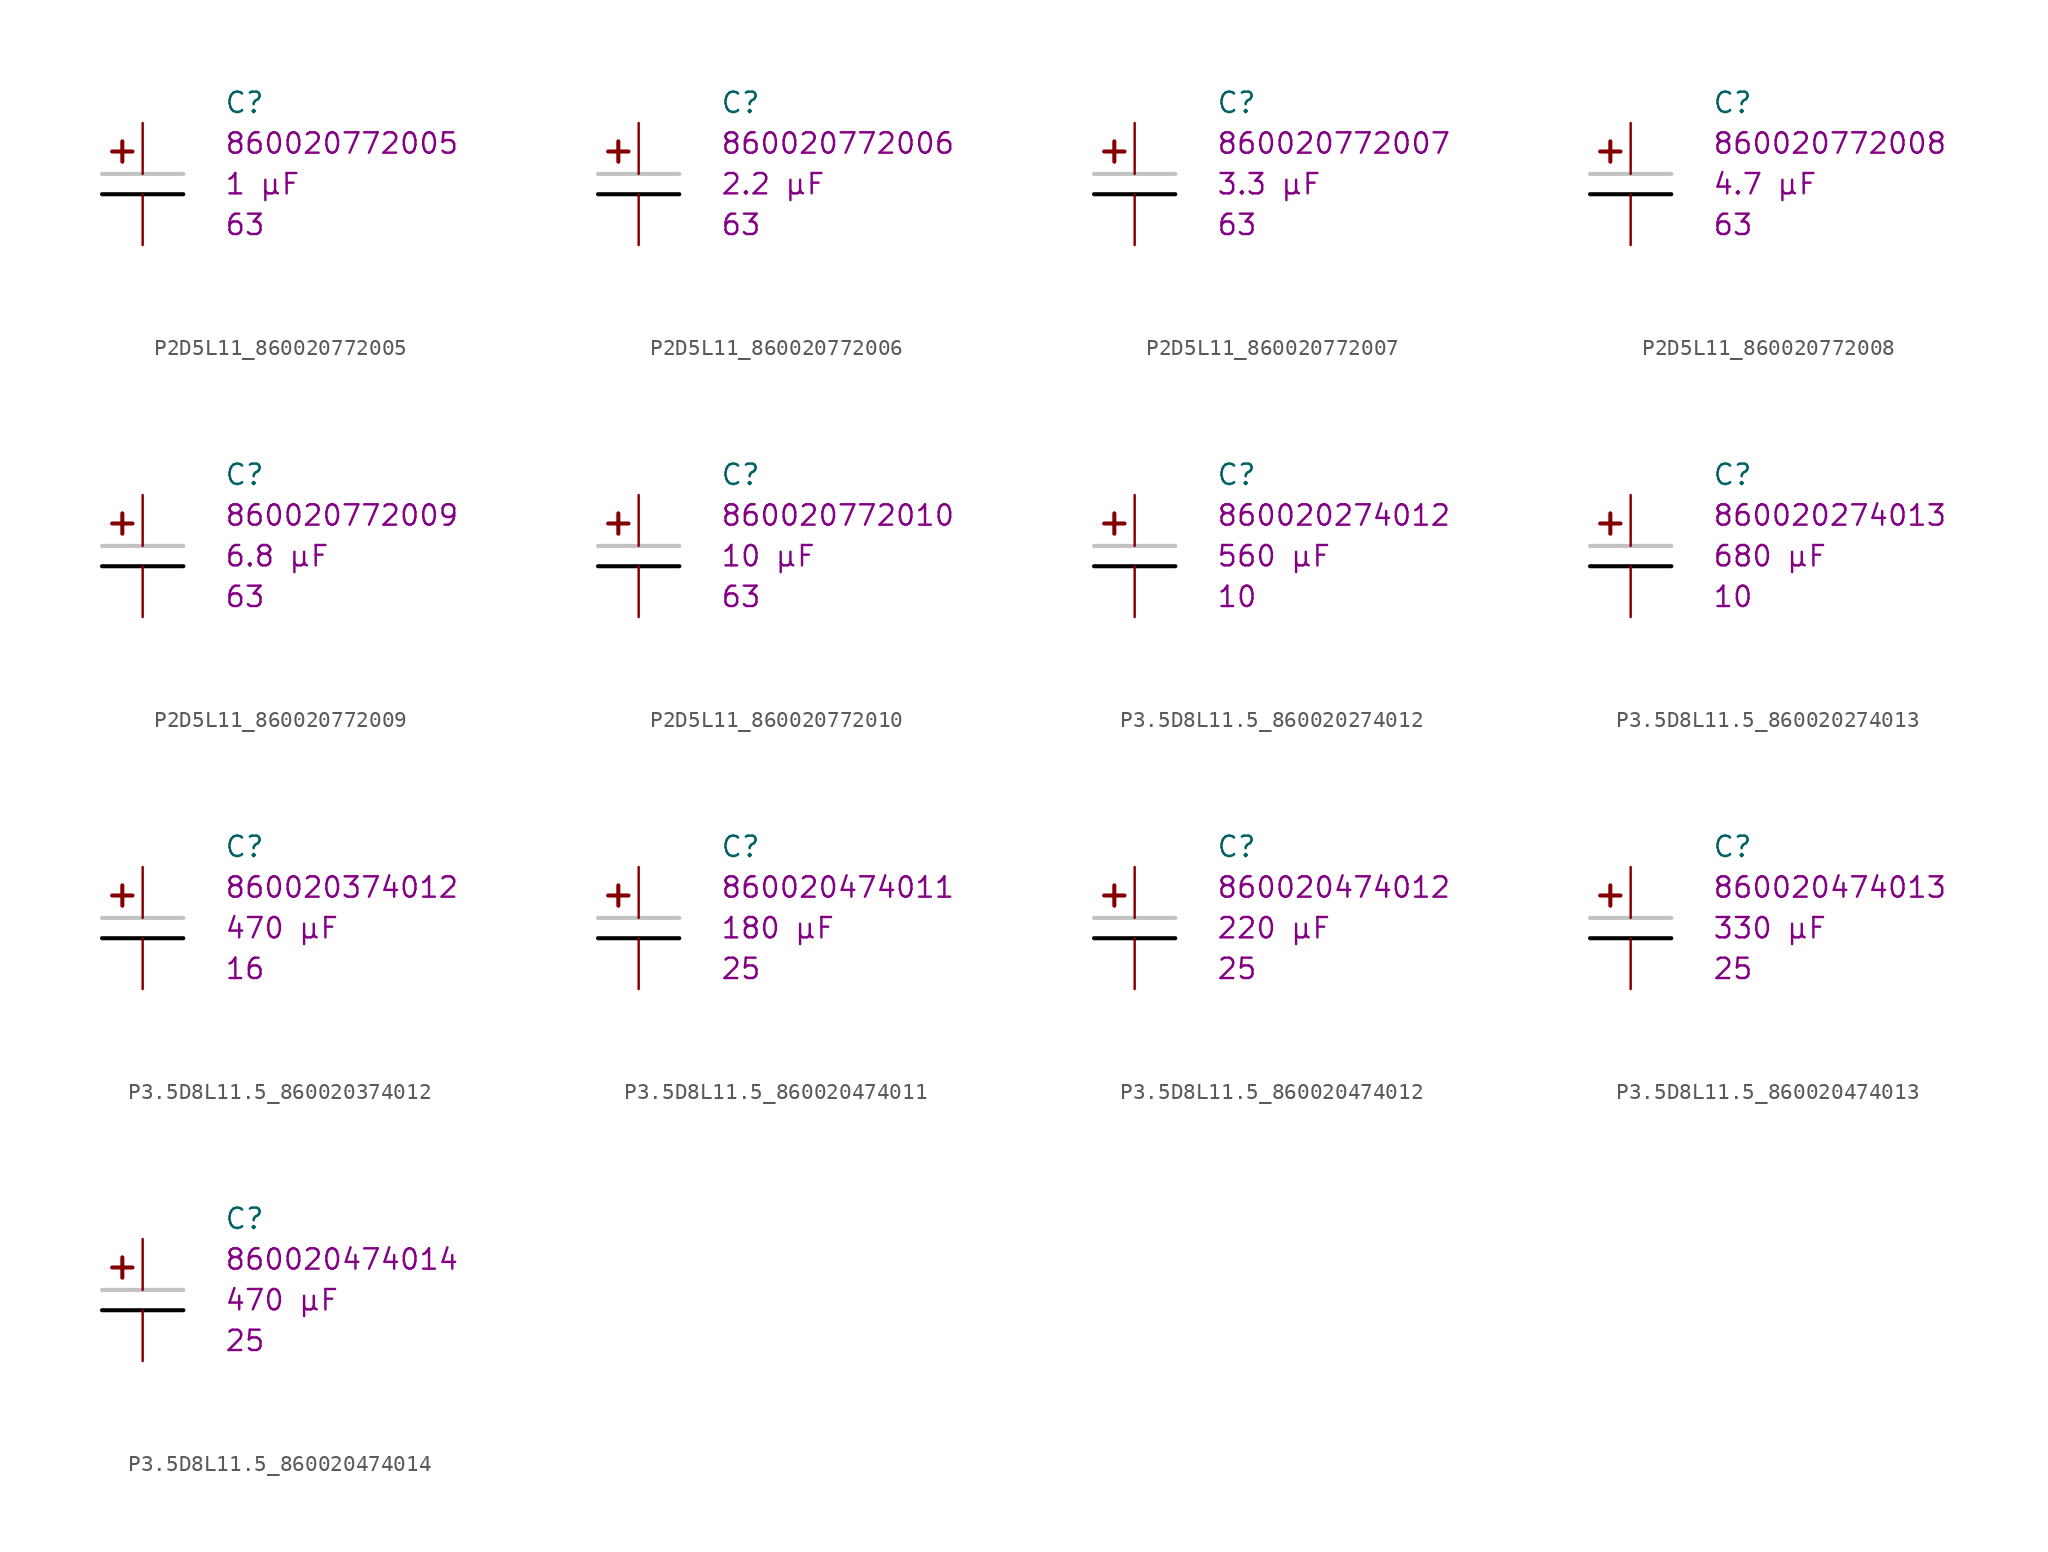
<source format=kicad_sym>
(kicad_symbol_lib
  (version 20220914)
  (generator kicad_symbol_editor)
  (symbol "P2D5L11_860020772005"
    (pin_numbers hide)
    (pin_names hide)
    (property "Reference" "C"
      (at 5.08 5.08 0)
      (effects (font (size 1.27 1.27)) (justify left)))
    (property "Part Number" "860020772005"
      (at 5.08 2.54 0)
      (effects (font (size 1.27 1.27)) (justify left)))
    (property "Capacitance" "1 µF"
      (at 5.08 0 0)
      (effects (font (size 1.27 1.27)) (justify left)))
    (property "Voltage" "63"
      (at 5.08 -2.54 0)
      (effects (font (size 1.27 1.27)) (justify left)))
    (property "Critical Parameter" ""
      (at 0 -7.62 0)
      (effects (font (size 1.27 1.27))))
    (symbol "P2D5L11_860020772005_1_1"
      (polyline (pts (xy -1.27 2.667) (xy -1.27 1.397)) (stroke (width 0.254) (type default)) (fill (type none)))
      (polyline (pts (xy -0.635 2.032) (xy -1.905 2.032)) (stroke (width 0.254) (type default)) (fill (type none)))
      (polyline (pts (xy 2.54 -0.635) (xy -2.54 -0.635)) (stroke (width 0.254) (type default) (color 0 0 0 1)) (fill (type none)))
      (polyline (pts (xy 2.54 0.635) (xy -2.54 0.635)) (stroke (width 0.254) (type default) (color 194 194 194 1)) (fill (type none)))
      (pin passive line (at 0 3.81 270) (length 3.175) (name "1" (effects (font (size 1.27 1.27)))) (number "1" (effects (font (size 1.27 1.27)))))
      (pin passive line (at 0 -3.81 90) (length 3.175) (name "2" (effects (font (size 1.27 1.27)))) (number "2" (effects (font (size 1.27 1.27)))))))
  (symbol "P2D5L11_860020772006"
    (pin_numbers hide)
    (pin_names hide)
    (property "Reference" "C"
      (at 5.08 5.08 0)
      (effects (font (size 1.27 1.27)) (justify left)))
    (property "Part Number" "860020772006"
      (at 5.08 2.54 0)
      (effects (font (size 1.27 1.27)) (justify left)))
    (property "Capacitance" "2.2 µF"
      (at 5.08 0 0)
      (effects (font (size 1.27 1.27)) (justify left)))
    (property "Voltage" "63"
      (at 5.08 -2.54 0)
      (effects (font (size 1.27 1.27)) (justify left)))
    (property "Critical Parameter" ""
      (at 0 -7.62 0)
      (effects (font (size 1.27 1.27))))
    (symbol "P2D5L11_860020772006_1_1"
      (polyline (pts (xy -1.27 2.667) (xy -1.27 1.397)) (stroke (width 0.254) (type default)) (fill (type none)))
      (polyline (pts (xy -0.635 2.032) (xy -1.905 2.032)) (stroke (width 0.254) (type default)) (fill (type none)))
      (polyline (pts (xy 2.54 -0.635) (xy -2.54 -0.635)) (stroke (width 0.254) (type default) (color 0 0 0 1)) (fill (type none)))
      (polyline (pts (xy 2.54 0.635) (xy -2.54 0.635)) (stroke (width 0.254) (type default) (color 194 194 194 1)) (fill (type none)))
      (pin passive line (at 0 3.81 270) (length 3.175) (name "1" (effects (font (size 1.27 1.27)))) (number "1" (effects (font (size 1.27 1.27)))))
      (pin passive line (at 0 -3.81 90) (length 3.175) (name "2" (effects (font (size 1.27 1.27)))) (number "2" (effects (font (size 1.27 1.27)))))))
  (symbol "P2D5L11_860020772007"
    (pin_numbers hide)
    (pin_names hide)
    (property "Reference" "C"
      (at 5.08 5.08 0)
      (effects (font (size 1.27 1.27)) (justify left)))
    (property "Part Number" "860020772007"
      (at 5.08 2.54 0)
      (effects (font (size 1.27 1.27)) (justify left)))
    (property "Capacitance" "3.3 µF"
      (at 5.08 0 0)
      (effects (font (size 1.27 1.27)) (justify left)))
    (property "Voltage" "63"
      (at 5.08 -2.54 0)
      (effects (font (size 1.27 1.27)) (justify left)))
    (property "Critical Parameter" ""
      (at 0 -7.62 0)
      (effects (font (size 1.27 1.27))))
    (symbol "P2D5L11_860020772007_1_1"
      (polyline (pts (xy -1.27 2.667) (xy -1.27 1.397)) (stroke (width 0.254) (type default)) (fill (type none)))
      (polyline (pts (xy -0.635 2.032) (xy -1.905 2.032)) (stroke (width 0.254) (type default)) (fill (type none)))
      (polyline (pts (xy 2.54 -0.635) (xy -2.54 -0.635)) (stroke (width 0.254) (type default) (color 0 0 0 1)) (fill (type none)))
      (polyline (pts (xy 2.54 0.635) (xy -2.54 0.635)) (stroke (width 0.254) (type default) (color 194 194 194 1)) (fill (type none)))
      (pin passive line (at 0 3.81 270) (length 3.175) (name "1" (effects (font (size 1.27 1.27)))) (number "1" (effects (font (size 1.27 1.27)))))
      (pin passive line (at 0 -3.81 90) (length 3.175) (name "2" (effects (font (size 1.27 1.27)))) (number "2" (effects (font (size 1.27 1.27)))))))
  (symbol "P2D5L11_860020772008"
    (pin_numbers hide)
    (pin_names hide)
    (property "Reference" "C"
      (at 5.08 5.08 0)
      (effects (font (size 1.27 1.27)) (justify left)))
    (property "Part Number" "860020772008"
      (at 5.08 2.54 0)
      (effects (font (size 1.27 1.27)) (justify left)))
    (property "Capacitance" "4.7 µF"
      (at 5.08 0 0)
      (effects (font (size 1.27 1.27)) (justify left)))
    (property "Voltage" "63"
      (at 5.08 -2.54 0)
      (effects (font (size 1.27 1.27)) (justify left)))
    (property "Critical Parameter" ""
      (at 0 -7.62 0)
      (effects (font (size 1.27 1.27))))
    (symbol "P2D5L11_860020772008_1_1"
      (polyline (pts (xy -1.27 2.667) (xy -1.27 1.397)) (stroke (width 0.254) (type default)) (fill (type none)))
      (polyline (pts (xy -0.635 2.032) (xy -1.905 2.032)) (stroke (width 0.254) (type default)) (fill (type none)))
      (polyline (pts (xy 2.54 -0.635) (xy -2.54 -0.635)) (stroke (width 0.254) (type default) (color 0 0 0 1)) (fill (type none)))
      (polyline (pts (xy 2.54 0.635) (xy -2.54 0.635)) (stroke (width 0.254) (type default) (color 194 194 194 1)) (fill (type none)))
      (pin passive line (at 0 3.81 270) (length 3.175) (name "1" (effects (font (size 1.27 1.27)))) (number "1" (effects (font (size 1.27 1.27)))))
      (pin passive line (at 0 -3.81 90) (length 3.175) (name "2" (effects (font (size 1.27 1.27)))) (number "2" (effects (font (size 1.27 1.27)))))))
  (symbol "P2D5L11_860020772009"
    (pin_numbers hide)
    (pin_names hide)
    (property "Reference" "C"
      (at 5.08 5.08 0)
      (effects (font (size 1.27 1.27)) (justify left)))
    (property "Part Number" "860020772009"
      (at 5.08 2.54 0)
      (effects (font (size 1.27 1.27)) (justify left)))
    (property "Capacitance" "6.8 µF"
      (at 5.08 0 0)
      (effects (font (size 1.27 1.27)) (justify left)))
    (property "Voltage" "63"
      (at 5.08 -2.54 0)
      (effects (font (size 1.27 1.27)) (justify left)))
    (property "Critical Parameter" ""
      (at 0 -7.62 0)
      (effects (font (size 1.27 1.27))))
    (symbol "P2D5L11_860020772009_1_1"
      (polyline (pts (xy -1.27 2.667) (xy -1.27 1.397)) (stroke (width 0.254) (type default)) (fill (type none)))
      (polyline (pts (xy -0.635 2.032) (xy -1.905 2.032)) (stroke (width 0.254) (type default)) (fill (type none)))
      (polyline (pts (xy 2.54 -0.635) (xy -2.54 -0.635)) (stroke (width 0.254) (type default) (color 0 0 0 1)) (fill (type none)))
      (polyline (pts (xy 2.54 0.635) (xy -2.54 0.635)) (stroke (width 0.254) (type default) (color 194 194 194 1)) (fill (type none)))
      (pin passive line (at 0 3.81 270) (length 3.175) (name "1" (effects (font (size 1.27 1.27)))) (number "1" (effects (font (size 1.27 1.27)))))
      (pin passive line (at 0 -3.81 90) (length 3.175) (name "2" (effects (font (size 1.27 1.27)))) (number "2" (effects (font (size 1.27 1.27)))))))
  (symbol "P2D5L11_860020772010"
    (pin_numbers hide)
    (pin_names hide)
    (property "Reference" "C"
      (at 5.08 5.08 0)
      (effects (font (size 1.27 1.27)) (justify left)))
    (property "Part Number" "860020772010"
      (at 5.08 2.54 0)
      (effects (font (size 1.27 1.27)) (justify left)))
    (property "Capacitance" "10 µF"
      (at 5.08 0 0)
      (effects (font (size 1.27 1.27)) (justify left)))
    (property "Voltage" "63"
      (at 5.08 -2.54 0)
      (effects (font (size 1.27 1.27)) (justify left)))
    (property "Critical Parameter" ""
      (at 0 -7.62 0)
      (effects (font (size 1.27 1.27))))
    (symbol "P2D5L11_860020772010_1_1"
      (polyline (pts (xy -1.27 2.667) (xy -1.27 1.397)) (stroke (width 0.254) (type default)) (fill (type none)))
      (polyline (pts (xy -0.635 2.032) (xy -1.905 2.032)) (stroke (width 0.254) (type default)) (fill (type none)))
      (polyline (pts (xy 2.54 -0.635) (xy -2.54 -0.635)) (stroke (width 0.254) (type default) (color 0 0 0 1)) (fill (type none)))
      (polyline (pts (xy 2.54 0.635) (xy -2.54 0.635)) (stroke (width 0.254) (type default) (color 194 194 194 1)) (fill (type none)))
      (pin passive line (at 0 3.81 270) (length 3.175) (name "1" (effects (font (size 1.27 1.27)))) (number "1" (effects (font (size 1.27 1.27)))))
      (pin passive line (at 0 -3.81 90) (length 3.175) (name "2" (effects (font (size 1.27 1.27)))) (number "2" (effects (font (size 1.27 1.27)))))))
  (symbol "P3.5D8L11.5_860020274012"
    (pin_numbers hide)
    (pin_names hide)
    (property "Reference" "C"
      (at 5.08 5.08 0)
      (effects (font (size 1.27 1.27)) (justify left)))
    (property "Part Number" "860020274012"
      (at 5.08 2.54 0)
      (effects (font (size 1.27 1.27)) (justify left)))
    (property "Capacitance" "560 µF"
      (at 5.08 0 0)
      (effects (font (size 1.27 1.27)) (justify left)))
    (property "Voltage" "10"
      (at 5.08 -2.54 0)
      (effects (font (size 1.27 1.27)) (justify left)))
    (property "Critical Parameter" ""
      (at 0 -7.62 0)
      (effects (font (size 1.27 1.27))))
    (symbol "P3.5D8L11.5_860020274012_1_1"
      (polyline (pts (xy -1.27 2.667) (xy -1.27 1.397)) (stroke (width 0.254) (type default)) (fill (type none)))
      (polyline (pts (xy -0.635 2.032) (xy -1.905 2.032)) (stroke (width 0.254) (type default)) (fill (type none)))
      (polyline (pts (xy 2.54 -0.635) (xy -2.54 -0.635)) (stroke (width 0.254) (type default) (color 0 0 0 1)) (fill (type none)))
      (polyline (pts (xy 2.54 0.635) (xy -2.54 0.635)) (stroke (width 0.254) (type default) (color 194 194 194 1)) (fill (type none)))
      (pin passive line (at 0 3.81 270) (length 3.175) (name "1" (effects (font (size 1.27 1.27)))) (number "1" (effects (font (size 1.27 1.27)))))
      (pin passive line (at 0 -3.81 90) (length 3.175) (name "2" (effects (font (size 1.27 1.27)))) (number "2" (effects (font (size 1.27 1.27)))))))
  (symbol "P3.5D8L11.5_860020274013"
    (pin_numbers hide)
    (pin_names hide)
    (property "Reference" "C"
      (at 5.08 5.08 0)
      (effects (font (size 1.27 1.27)) (justify left)))
    (property "Part Number" "860020274013"
      (at 5.08 2.54 0)
      (effects (font (size 1.27 1.27)) (justify left)))
    (property "Capacitance" "680 µF"
      (at 5.08 0 0)
      (effects (font (size 1.27 1.27)) (justify left)))
    (property "Voltage" "10"
      (at 5.08 -2.54 0)
      (effects (font (size 1.27 1.27)) (justify left)))
    (property "Critical Parameter" ""
      (at 0 -7.62 0)
      (effects (font (size 1.27 1.27))))
    (symbol "P3.5D8L11.5_860020274013_1_1"
      (polyline (pts (xy -1.27 2.667) (xy -1.27 1.397)) (stroke (width 0.254) (type default)) (fill (type none)))
      (polyline (pts (xy -0.635 2.032) (xy -1.905 2.032)) (stroke (width 0.254) (type default)) (fill (type none)))
      (polyline (pts (xy 2.54 -0.635) (xy -2.54 -0.635)) (stroke (width 0.254) (type default) (color 0 0 0 1)) (fill (type none)))
      (polyline (pts (xy 2.54 0.635) (xy -2.54 0.635)) (stroke (width 0.254) (type default) (color 194 194 194 1)) (fill (type none)))
      (pin passive line (at 0 3.81 270) (length 3.175) (name "1" (effects (font (size 1.27 1.27)))) (number "1" (effects (font (size 1.27 1.27)))))
      (pin passive line (at 0 -3.81 90) (length 3.175) (name "2" (effects (font (size 1.27 1.27)))) (number "2" (effects (font (size 1.27 1.27)))))))
  (symbol "P3.5D8L11.5_860020374012"
    (pin_numbers hide)
    (pin_names hide)
    (property "Reference" "C"
      (at 5.08 5.08 0)
      (effects (font (size 1.27 1.27)) (justify left)))
    (property "Part Number" "860020374012"
      (at 5.08 2.54 0)
      (effects (font (size 1.27 1.27)) (justify left)))
    (property "Capacitance" "470 µF"
      (at 5.08 0 0)
      (effects (font (size 1.27 1.27)) (justify left)))
    (property "Voltage" "16"
      (at 5.08 -2.54 0)
      (effects (font (size 1.27 1.27)) (justify left)))
    (property "Critical Parameter" ""
      (at 0 -7.62 0)
      (effects (font (size 1.27 1.27))))
    (symbol "P3.5D8L11.5_860020374012_1_1"
      (polyline (pts (xy -1.27 2.667) (xy -1.27 1.397)) (stroke (width 0.254) (type default)) (fill (type none)))
      (polyline (pts (xy -0.635 2.032) (xy -1.905 2.032)) (stroke (width 0.254) (type default)) (fill (type none)))
      (polyline (pts (xy 2.54 -0.635) (xy -2.54 -0.635)) (stroke (width 0.254) (type default) (color 0 0 0 1)) (fill (type none)))
      (polyline (pts (xy 2.54 0.635) (xy -2.54 0.635)) (stroke (width 0.254) (type default) (color 194 194 194 1)) (fill (type none)))
      (pin passive line (at 0 3.81 270) (length 3.175) (name "1" (effects (font (size 1.27 1.27)))) (number "1" (effects (font (size 1.27 1.27)))))
      (pin passive line (at 0 -3.81 90) (length 3.175) (name "2" (effects (font (size 1.27 1.27)))) (number "2" (effects (font (size 1.27 1.27)))))))
  (symbol "P3.5D8L11.5_860020474011"
    (pin_numbers hide)
    (pin_names hide)
    (property "Reference" "C"
      (at 5.08 5.08 0)
      (effects (font (size 1.27 1.27)) (justify left)))
    (property "Part Number" "860020474011"
      (at 5.08 2.54 0)
      (effects (font (size 1.27 1.27)) (justify left)))
    (property "Capacitance" "180 µF"
      (at 5.08 0 0)
      (effects (font (size 1.27 1.27)) (justify left)))
    (property "Voltage" "25"
      (at 5.08 -2.54 0)
      (effects (font (size 1.27 1.27)) (justify left)))
    (property "Critical Parameter" ""
      (at 0 -7.62 0)
      (effects (font (size 1.27 1.27))))
    (symbol "P3.5D8L11.5_860020474011_1_1"
      (polyline (pts (xy -1.27 2.667) (xy -1.27 1.397)) (stroke (width 0.254) (type default)) (fill (type none)))
      (polyline (pts (xy -0.635 2.032) (xy -1.905 2.032)) (stroke (width 0.254) (type default)) (fill (type none)))
      (polyline (pts (xy 2.54 -0.635) (xy -2.54 -0.635)) (stroke (width 0.254) (type default) (color 0 0 0 1)) (fill (type none)))
      (polyline (pts (xy 2.54 0.635) (xy -2.54 0.635)) (stroke (width 0.254) (type default) (color 194 194 194 1)) (fill (type none)))
      (pin passive line (at 0 3.81 270) (length 3.175) (name "1" (effects (font (size 1.27 1.27)))) (number "1" (effects (font (size 1.27 1.27)))))
      (pin passive line (at 0 -3.81 90) (length 3.175) (name "2" (effects (font (size 1.27 1.27)))) (number "2" (effects (font (size 1.27 1.27)))))))
  (symbol "P3.5D8L11.5_860020474012"
    (pin_numbers hide)
    (pin_names hide)
    (property "Reference" "C"
      (at 5.08 5.08 0)
      (effects (font (size 1.27 1.27)) (justify left)))
    (property "Part Number" "860020474012"
      (at 5.08 2.54 0)
      (effects (font (size 1.27 1.27)) (justify left)))
    (property "Capacitance" "220 µF"
      (at 5.08 0 0)
      (effects (font (size 1.27 1.27)) (justify left)))
    (property "Voltage" "25"
      (at 5.08 -2.54 0)
      (effects (font (size 1.27 1.27)) (justify left)))
    (property "Critical Parameter" ""
      (at 0 -7.62 0)
      (effects (font (size 1.27 1.27))))
    (symbol "P3.5D8L11.5_860020474012_1_1"
      (polyline (pts (xy -1.27 2.667) (xy -1.27 1.397)) (stroke (width 0.254) (type default)) (fill (type none)))
      (polyline (pts (xy -0.635 2.032) (xy -1.905 2.032)) (stroke (width 0.254) (type default)) (fill (type none)))
      (polyline (pts (xy 2.54 -0.635) (xy -2.54 -0.635)) (stroke (width 0.254) (type default) (color 0 0 0 1)) (fill (type none)))
      (polyline (pts (xy 2.54 0.635) (xy -2.54 0.635)) (stroke (width 0.254) (type default) (color 194 194 194 1)) (fill (type none)))
      (pin passive line (at 0 3.81 270) (length 3.175) (name "1" (effects (font (size 1.27 1.27)))) (number "1" (effects (font (size 1.27 1.27)))))
      (pin passive line (at 0 -3.81 90) (length 3.175) (name "2" (effects (font (size 1.27 1.27)))) (number "2" (effects (font (size 1.27 1.27)))))))
  (symbol "P3.5D8L11.5_860020474013"
    (pin_numbers hide)
    (pin_names hide)
    (property "Reference" "C"
      (at 5.08 5.08 0)
      (effects (font (size 1.27 1.27)) (justify left)))
    (property "Part Number" "860020474013"
      (at 5.08 2.54 0)
      (effects (font (size 1.27 1.27)) (justify left)))
    (property "Capacitance" "330 µF"
      (at 5.08 0 0)
      (effects (font (size 1.27 1.27)) (justify left)))
    (property "Voltage" "25"
      (at 5.08 -2.54 0)
      (effects (font (size 1.27 1.27)) (justify left)))
    (property "Critical Parameter" ""
      (at 0 -7.62 0)
      (effects (font (size 1.27 1.27))))
    (symbol "P3.5D8L11.5_860020474013_1_1"
      (polyline (pts (xy -1.27 2.667) (xy -1.27 1.397)) (stroke (width 0.254) (type default)) (fill (type none)))
      (polyline (pts (xy -0.635 2.032) (xy -1.905 2.032)) (stroke (width 0.254) (type default)) (fill (type none)))
      (polyline (pts (xy 2.54 -0.635) (xy -2.54 -0.635)) (stroke (width 0.254) (type default) (color 0 0 0 1)) (fill (type none)))
      (polyline (pts (xy 2.54 0.635) (xy -2.54 0.635)) (stroke (width 0.254) (type default) (color 194 194 194 1)) (fill (type none)))
      (pin passive line (at 0 3.81 270) (length 3.175) (name "1" (effects (font (size 1.27 1.27)))) (number "1" (effects (font (size 1.27 1.27)))))
      (pin passive line (at 0 -3.81 90) (length 3.175) (name "2" (effects (font (size 1.27 1.27)))) (number "2" (effects (font (size 1.27 1.27)))))))
  (symbol "P3.5D8L11.5_860020474014"
    (pin_numbers hide)
    (pin_names hide)
    (property "Reference" "C"
      (at 5.08 5.08 0)
      (effects (font (size 1.27 1.27)) (justify left)))
    (property "Part Number" "860020474014"
      (at 5.08 2.54 0)
      (effects (font (size 1.27 1.27)) (justify left)))
    (property "Capacitance" "470 µF"
      (at 5.08 0 0)
      (effects (font (size 1.27 1.27)) (justify left)))
    (property "Voltage" "25"
      (at 5.08 -2.54 0)
      (effects (font (size 1.27 1.27)) (justify left)))
    (property "Critical Parameter" ""
      (at 0 -7.62 0)
      (effects (font (size 1.27 1.27))))
    (symbol "P3.5D8L11.5_860020474014_1_1"
      (polyline (pts (xy -1.27 2.667) (xy -1.27 1.397)) (stroke (width 0.254) (type default)) (fill (type none)))
      (polyline (pts (xy -0.635 2.032) (xy -1.905 2.032)) (stroke (width 0.254) (type default)) (fill (type none)))
      (polyline (pts (xy 2.54 -0.635) (xy -2.54 -0.635)) (stroke (width 0.254) (type default) (color 0 0 0 1)) (fill (type none)))
      (polyline (pts (xy 2.54 0.635) (xy -2.54 0.635)) (stroke (width 0.254) (type default) (color 194 194 194 1)) (fill (type none)))
      (pin passive line (at 0 3.81 270) (length 3.175) (name "1" (effects (font (size 1.27 1.27)))) (number "1" (effects (font (size 1.27 1.27)))))
      (pin passive line (at 0 -3.81 90) (length 3.175) (name "2" (effects (font (size 1.27 1.27)))) (number "2" (effects (font (size 1.27 1.27))))))))
</source>
